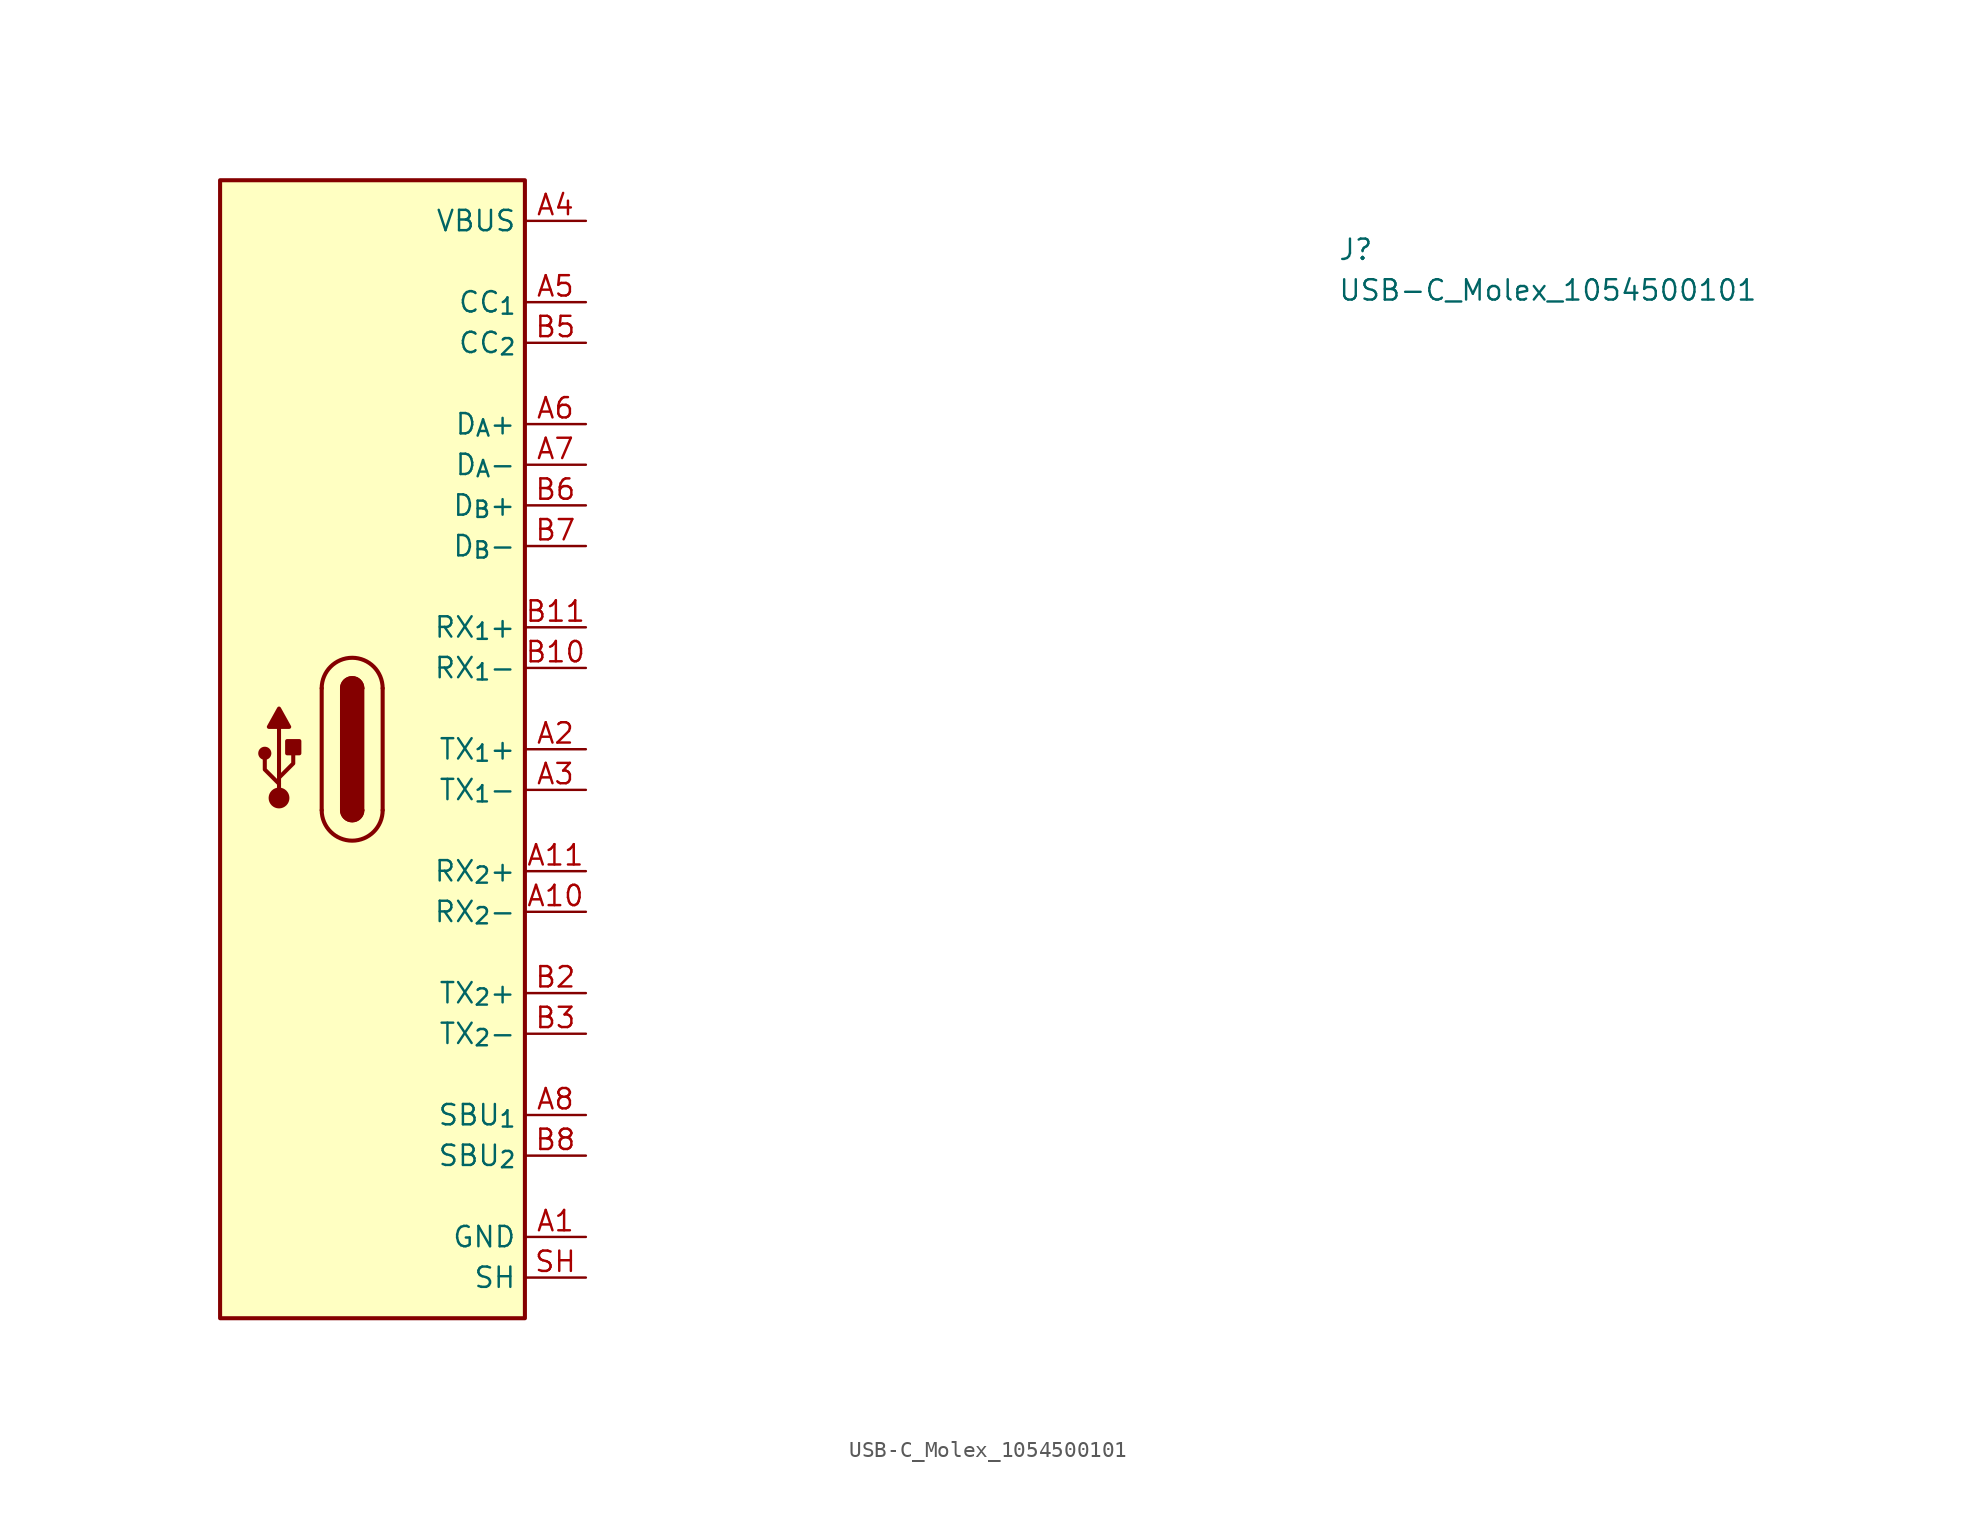
<source format=kicad_sym>
(kicad_symbol_lib
  (version 20220914)
  (generator kicad_symbol_editor)
  (symbol "USB-C_Molex_1054500101"
    (property "Reference" "J"
      (at 46.99 -2.54 0)
      (effects (font (size 1.27 1.27) (thickness 0.15)) (justify left bottom)))
    (property "Value" "USB-C_Molex_1054500101"
      (at 46.99 -5.08 0)
      (effects (font (size 1.27 1.27) (thickness 0.15)) (justify left bottom)))
    (symbol "USB-C_Molex_1054500101_1_1"
      (rectangle (start -22.86 -68.58) (end -3.81 2.54) (stroke (width 0.254) (type default)) (fill (type background)))
      (circle (center -20.066 -33.274) (radius 0.284) (stroke (width 0.254) (type default)) (fill (type outline)))
      (circle (center -19.177 -36.068) (radius 0.524) (stroke (width 0.254) (type default)) (fill (type outline)))
      (rectangle (start -18.669 -33.274) (end -17.907 -32.512) (stroke (width 0.254) (type default)) (fill (type outline)))
      (arc (start -16.51 -36.83) (mid -14.605 -38.7267) (end -12.7 -36.83) (stroke (width 0.254) (type default)) (fill (type background)))
      (arc (start -15.24 -36.83) (mid -14.605 -37.4623) (end -13.97 -36.83) (stroke (width 0.254) (type default)) (fill (type outline)))
      (arc (start -15.24 -36.83) (mid -14.605 -37.4623) (end -13.97 -36.83) (stroke (width 0.254) (type default)) (fill (type background)))
      (rectangle (start -15.24 -36.83) (end -13.97 -29.21) (stroke (width 0.254) (type default)) (fill (type outline)))
      (arc (start -13.97 -29.21) (mid -14.605 -28.5777) (end -15.24 -29.21) (stroke (width 0.254) (type default)) (fill (type outline)))
      (arc (start -13.97 -29.21) (mid -14.605 -28.5777) (end -15.24 -29.21) (stroke (width 0.254) (type default)) (fill (type background)))
      (arc (start -12.7 -29.21) (mid -14.605 -27.3133) (end -16.51 -29.21) (stroke (width 0.254) (type default)) (fill (type background)))
      (polyline (pts (xy -19.177 -35.941) (xy -19.177 -31.623)) (stroke (width 0.254) (type default)) (fill (type background)))
      (polyline (pts (xy -16.51 -36.83) (xy -16.51 -29.21)) (stroke (width 0.254) (type default)) (fill (type background)))
      (polyline (pts (xy -12.7 -29.21) (xy -12.7 -36.83)) (stroke (width 0.254) (type default)) (fill (type background)))
      (polyline (pts (xy -19.177 -35.179) (xy -20.066 -34.29) (xy -20.066 -33.655)) (stroke (width 0.254) (type default)) (fill (type background)))
      (polyline (pts (xy -19.177 -34.798) (xy -18.288 -33.909) (xy -18.288 -33.274)) (stroke (width 0.254) (type default)) (fill (type background)))
      (polyline (pts (xy -19.812 -31.623) (xy -19.177 -30.48) (xy -18.542 -31.623) (xy -19.812 -31.623)) (stroke (width 0.254) (type default)) (fill (type outline)))
      (pin power_in line (at 0 -63.5 180) (length 3.81) (name "GND" (effects (font (size 1.27 1.27)))) (number "A1" (effects (font (size 1.27 1.27)))))
      (pin bidirectional line (at 0 -43.18 180) (length 3.81) (name "RX_{2}-" (effects (font (size 1.27 1.27)))) (number "A10" (effects (font (size 1.27 1.27)))))
      (pin bidirectional line (at 0 -40.64 180) (length 3.81) (name "RX_{2}+" (effects (font (size 1.27 1.27)))) (number "A11" (effects (font (size 1.27 1.27)))))
      (pin passive line (at 0 -63.5 180) (length 3.81) hide (name "GND" (effects (font (size 1.27 1.27)))) (number "A12" (effects (font (size 1.27 1.27)))))
      (pin bidirectional line (at 0 -33.02 180) (length 3.81) (name "TX_{1}+" (effects (font (size 1.27 1.27)))) (number "A2" (effects (font (size 1.27 1.27)))))
      (pin bidirectional line (at 0 -35.56 180) (length 3.81) (name "TX_{1}-" (effects (font (size 1.27 1.27)))) (number "A3" (effects (font (size 1.27 1.27)))))
      (pin passive line (at 0 0 180) (length 3.81) (name "VBUS" (effects (font (size 1.27 1.27)))) (number "A4" (effects (font (size 1.27 1.27)))))
      (pin bidirectional line (at 0 -5.08 180) (length 3.81) (name "CC_{1}" (effects (font (size 1.27 1.27)))) (number "A5" (effects (font (size 1.27 1.27)))))
      (pin bidirectional line (at 0 -12.7 180) (length 3.81) (name "D_{A}+" (effects (font (size 1.27 1.27)))) (number "A6" (effects (font (size 1.27 1.27)))))
      (pin bidirectional line (at 0 -15.24 180) (length 3.81) (name "D_{A}-" (effects (font (size 1.27 1.27)))) (number "A7" (effects (font (size 1.27 1.27)))))
      (pin bidirectional line (at 0 -55.88 180) (length 3.81) (name "SBU_{1}" (effects (font (size 1.27 1.27)))) (number "A8" (effects (font (size 1.27 1.27)))))
      (pin passive line (at 0 0 180) (length 3.81) hide (name "VBUS" (effects (font (size 1.27 1.27)))) (number "A9" (effects (font (size 1.27 1.27)))))
      (pin passive line (at 0 -63.5 180) (length 3.81) hide (name "GND" (effects (font (size 1.27 1.27)))) (number "B1" (effects (font (size 1.27 1.27)))))
      (pin bidirectional line (at 0 -27.94 180) (length 3.81) (name "RX_{1}-" (effects (font (size 1.27 1.27)))) (number "B10" (effects (font (size 1.27 1.27)))))
      (pin bidirectional line (at 0 -25.4 180) (length 3.81) (name "RX_{1}+" (effects (font (size 1.27 1.27)))) (number "B11" (effects (font (size 1.27 1.27)))))
      (pin passive line (at 0 -63.5 180) (length 3.81) hide (name "GND" (effects (font (size 1.27 1.27)))) (number "B12" (effects (font (size 1.27 1.27)))))
      (pin bidirectional line (at 0 -48.26 180) (length 3.81) (name "TX_{2}+" (effects (font (size 1.27 1.27)))) (number "B2" (effects (font (size 1.27 1.27)))))
      (pin bidirectional line (at 0 -50.8 180) (length 3.81) (name "TX_{2}-" (effects (font (size 1.27 1.27)))) (number "B3" (effects (font (size 1.27 1.27)))))
      (pin passive line (at 0 0 180) (length 3.81) hide (name "VBUS" (effects (font (size 1.27 1.27)))) (number "B4" (effects (font (size 1.27 1.27)))))
      (pin bidirectional line (at 0 -7.62 180) (length 3.81) (name "CC_{2}" (effects (font (size 1.27 1.27)))) (number "B5" (effects (font (size 1.27 1.27)))))
      (pin bidirectional line (at 0 -17.78 180) (length 3.81) (name "D_{B}+" (effects (font (size 1.27 1.27)))) (number "B6" (effects (font (size 1.27 1.27)))))
      (pin bidirectional line (at 0 -20.32 180) (length 3.81) (name "D_{B}-" (effects (font (size 1.27 1.27)))) (number "B7" (effects (font (size 1.27 1.27)))))
      (pin bidirectional line (at 0 -58.42 180) (length 3.81) (name "SBU_{2}" (effects (font (size 1.27 1.27)))) (number "B8" (effects (font (size 1.27 1.27)))))
      (pin passive line (at 0 0 180) (length 3.81) hide (name "VBUS" (effects (font (size 1.27 1.27)))) (number "B9" (effects (font (size 1.27 1.27)))))
      (pin passive line (at 0 -66.04 180) (length 3.81) (name "SH" (effects (font (size 1.27 1.27)))) (number "SH" (effects (font (size 1.27 1.27))))))))
</source>
